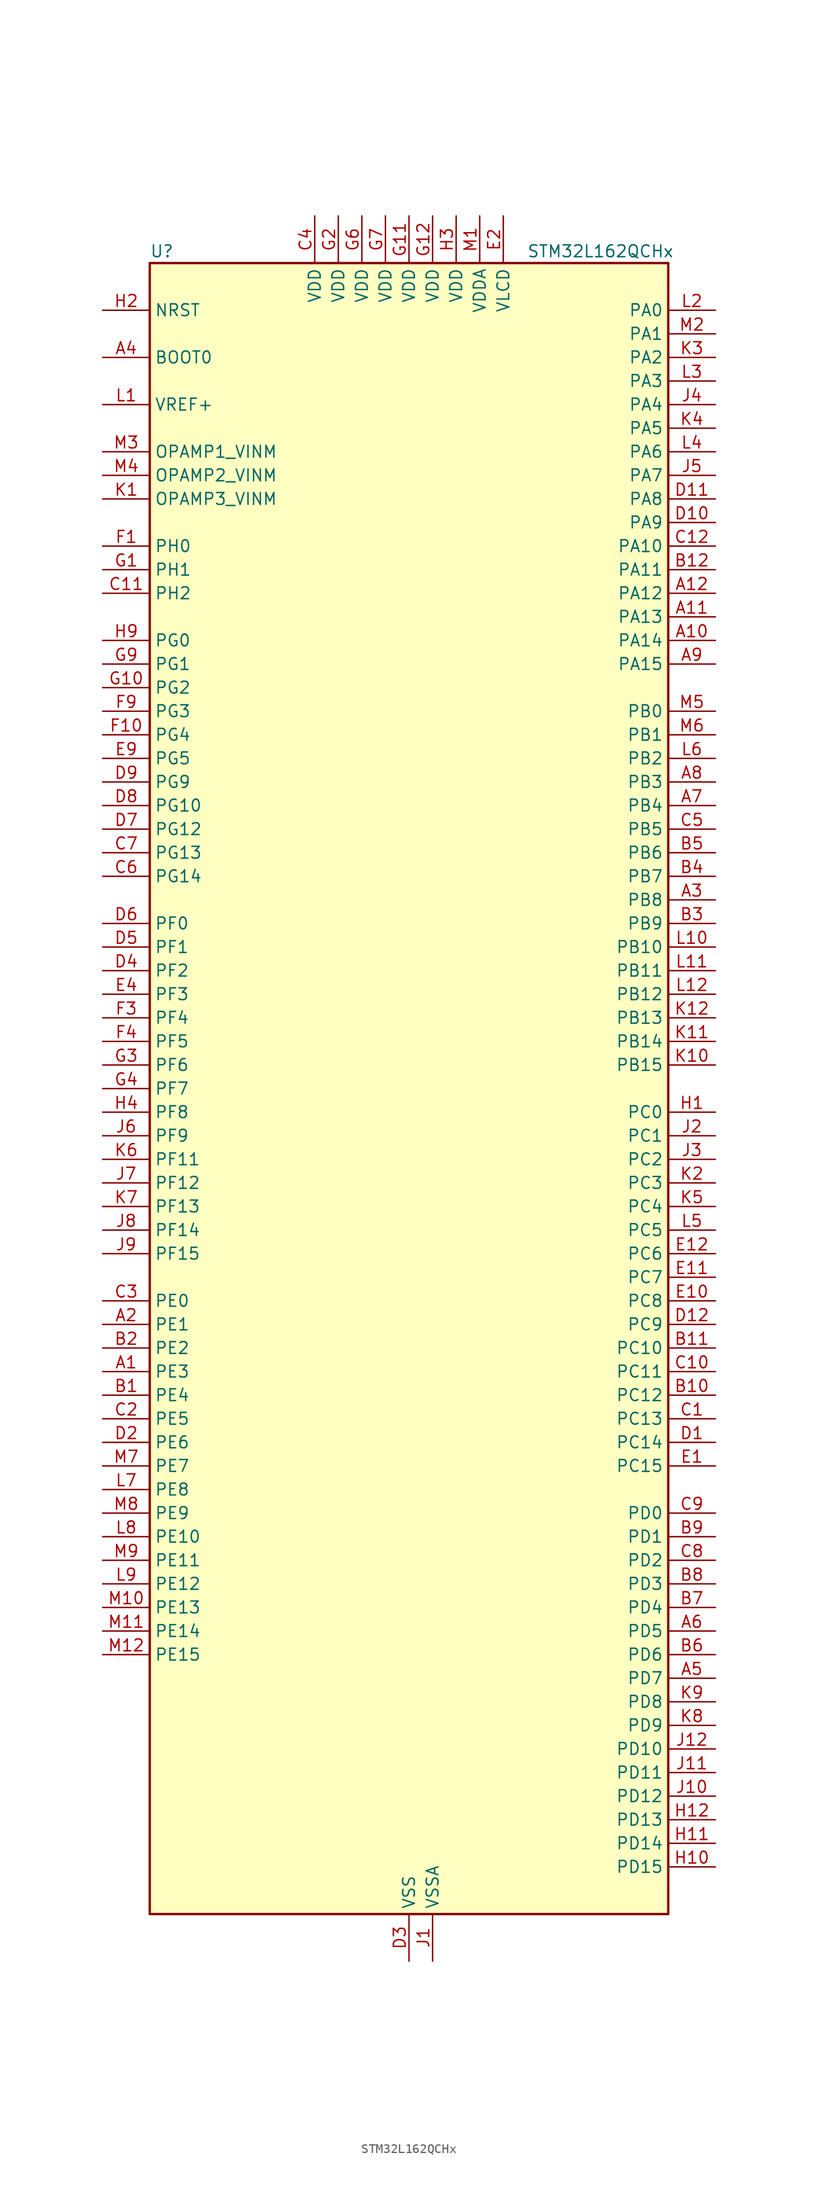
<source format=kicad_sym>
(kicad_symbol_lib
  (version 20241209)
  (generator "kicad_symbol_editor")
  (generator_version "9.0")
  (symbol "STM32L162QCHx"
    (property "Reference" "U"
      (at -27.94 90.17 0)
      (effects (font (size 1.27 1.27)) (justify left)))
    (property "Value" "STM32L162QCHx"
      (at 12.7 90.17 0)
      (effects (font (size 1.27 1.27)) (justify left)))
    (symbol "STM32L162QCHx_0_1"
      (rectangle (start -27.94 -88.9) (end 27.94 88.9) (stroke (width 0.254) (type default)) (fill (type background))))
    (symbol "STM32L162QCHx_1_1"
      (pin input line (at -33.02 83.82 0) (length 5.08) (name "NRST" (effects (font (size 1.27 1.27)))) (number "H2" (effects (font (size 1.27 1.27)))))
      (pin input line (at -33.02 78.74 0) (length 5.08) (name "BOOT0" (effects (font (size 1.27 1.27)))) (number "A4" (effects (font (size 1.27 1.27)))))
      (pin input line (at -33.02 73.66 0) (length 5.08) (name "VREF+" (effects (font (size 1.27 1.27)))) (number "L1" (effects (font (size 1.27 1.27)))))
      (pin input line (at -33.02 68.58 0) (length 5.08) (name "OPAMP1_VINM" (effects (font (size 1.27 1.27)))) (number "M3" (effects (font (size 1.27 1.27)))) (alternate "OPAMP1_VINM" bidirectional line))
      (pin input line (at -33.02 66.04 0) (length 5.08) (name "OPAMP2_VINM" (effects (font (size 1.27 1.27)))) (number "M4" (effects (font (size 1.27 1.27)))) (alternate "OPAMP2_VINM" bidirectional line))
      (pin input line (at -33.02 63.5 0) (length 5.08) (name "OPAMP3_VINM" (effects (font (size 1.27 1.27)))) (number "K1" (effects (font (size 1.27 1.27)))))
      (pin bidirectional line (at -33.02 58.42 0) (length 5.08) (name "PH0" (effects (font (size 1.27 1.27)))) (number "F1" (effects (font (size 1.27 1.27)))) (alternate "RCC_OSC_IN" bidirectional line))
      (pin bidirectional line (at -33.02 55.88 0) (length 5.08) (name "PH1" (effects (font (size 1.27 1.27)))) (number "G1" (effects (font (size 1.27 1.27)))) (alternate "RCC_OSC_OUT" bidirectional line))
      (pin bidirectional line (at -33.02 53.34 0) (length 5.08) (name "PH2" (effects (font (size 1.27 1.27)))) (number "C11" (effects (font (size 1.27 1.27)))))
      (pin bidirectional line (at -33.02 48.26 0) (length 5.08) (name "PG0" (effects (font (size 1.27 1.27)))) (number "H9" (effects (font (size 1.27 1.27)))) (alternate "ADC_IN8b" bidirectional line) (alternate "TS_G2_IO4" bidirectional line))
      (pin bidirectional line (at -33.02 45.72 0) (length 5.08) (name "PG1" (effects (font (size 1.27 1.27)))) (number "G9" (effects (font (size 1.27 1.27)))) (alternate "ADC_IN9b" bidirectional line) (alternate "TS_G2_IO5" bidirectional line))
      (pin bidirectional line (at -33.02 43.18 0) (length 5.08) (name "PG2" (effects (font (size 1.27 1.27)))) (number "G10" (effects (font (size 1.27 1.27)))) (alternate "ADC_IN10b" bidirectional line) (alternate "TS_G7_IO5" bidirectional line))
      (pin bidirectional line (at -33.02 40.64 0) (length 5.08) (name "PG3" (effects (font (size 1.27 1.27)))) (number "F9" (effects (font (size 1.27 1.27)))) (alternate "ADC_IN11b" bidirectional line) (alternate "TS_G7_IO6" bidirectional line))
      (pin bidirectional line (at -33.02 38.1 0) (length 5.08) (name "PG4" (effects (font (size 1.27 1.27)))) (number "F10" (effects (font (size 1.27 1.27)))) (alternate "ADC_IN12b" bidirectional line) (alternate "TS_G7_IO7" bidirectional line))
      (pin bidirectional line (at -33.02 35.56 0) (length 5.08) (name "PG5" (effects (font (size 1.27 1.27)))) (number "E9" (effects (font (size 1.27 1.27)))))
      (pin bidirectional line (at -33.02 33.02 0) (length 5.08) (name "PG9" (effects (font (size 1.27 1.27)))) (number "D9" (effects (font (size 1.27 1.27)))) (alternate "DAC_EXTI9" bidirectional line))
      (pin bidirectional line (at -33.02 30.48 0) (length 5.08) (name "PG10" (effects (font (size 1.27 1.27)))) (number "D8" (effects (font (size 1.27 1.27)))))
      (pin bidirectional line (at -33.02 27.94 0) (length 5.08) (name "PG12" (effects (font (size 1.27 1.27)))) (number "D7" (effects (font (size 1.27 1.27)))))
      (pin bidirectional line (at -33.02 25.4 0) (length 5.08) (name "PG13" (effects (font (size 1.27 1.27)))) (number "C7" (effects (font (size 1.27 1.27)))))
      (pin bidirectional line (at -33.02 22.86 0) (length 5.08) (name "PG14" (effects (font (size 1.27 1.27)))) (number "C6" (effects (font (size 1.27 1.27)))))
      (pin bidirectional line (at -33.02 17.78 0) (length 5.08) (name "PF0" (effects (font (size 1.27 1.27)))) (number "D6" (effects (font (size 1.27 1.27)))))
      (pin bidirectional line (at -33.02 15.24 0) (length 5.08) (name "PF1" (effects (font (size 1.27 1.27)))) (number "D5" (effects (font (size 1.27 1.27)))))
      (pin bidirectional line (at -33.02 12.7 0) (length 5.08) (name "PF2" (effects (font (size 1.27 1.27)))) (number "D4" (effects (font (size 1.27 1.27)))))
      (pin bidirectional line (at -33.02 10.16 0) (length 5.08) (name "PF3" (effects (font (size 1.27 1.27)))) (number "E4" (effects (font (size 1.27 1.27)))))
      (pin bidirectional line (at -33.02 7.62 0) (length 5.08) (name "PF4" (effects (font (size 1.27 1.27)))) (number "F3" (effects (font (size 1.27 1.27)))))
      (pin bidirectional line (at -33.02 5.08 0) (length 5.08) (name "PF5" (effects (font (size 1.27 1.27)))) (number "F4" (effects (font (size 1.27 1.27)))))
      (pin bidirectional line (at -33.02 2.54 0) (length 5.08) (name "PF6" (effects (font (size 1.27 1.27)))) (number "G3" (effects (font (size 1.27 1.27)))) (alternate "ADC_IN27" bidirectional line) (alternate "TIM5_CH1" bidirectional line) (alternate "TIM5_ETR" bidirectional line) (alternate "TS_G11_IO1" bidirectional line))
      (pin bidirectional line (at -33.02 0 0) (length 5.08) (name "PF7" (effects (font (size 1.27 1.27)))) (number "G4" (effects (font (size 1.27 1.27)))) (alternate "ADC_IN28" bidirectional line) (alternate "COMP1_INP" bidirectional line) (alternate "TIM5_CH2" bidirectional line) (alternate "TS_G11_IO2" bidirectional line))
      (pin bidirectional line (at -33.02 -2.54 0) (length 5.08) (name "PF8" (effects (font (size 1.27 1.27)))) (number "H4" (effects (font (size 1.27 1.27)))) (alternate "ADC_IN29" bidirectional line) (alternate "COMP1_INP" bidirectional line) (alternate "TIM5_CH3" bidirectional line) (alternate "TS_G11_IO3" bidirectional line))
      (pin bidirectional line (at -33.02 -5.08 0) (length 5.08) (name "PF9" (effects (font (size 1.27 1.27)))) (number "J6" (effects (font (size 1.27 1.27)))) (alternate "ADC_IN30" bidirectional line) (alternate "COMP1_INP" bidirectional line) (alternate "DAC_EXTI9" bidirectional line) (alternate "TIM5_CH4" bidirectional line) (alternate "TS_G11_IO4" bidirectional line))
      (pin bidirectional line (at -33.02 -7.62 0) (length 5.08) (name "PF11" (effects (font (size 1.27 1.27)))) (number "K6" (effects (font (size 1.27 1.27)))) (alternate "ADC_EXTI11" bidirectional line) (alternate "ADC_IN1b" bidirectional line) (alternate "TS_G3_IO4" bidirectional line))
      (pin bidirectional line (at -33.02 -10.16 0) (length 5.08) (name "PF12" (effects (font (size 1.27 1.27)))) (number "J7" (effects (font (size 1.27 1.27)))) (alternate "ADC_IN2b" bidirectional line) (alternate "TS_G3_IO5" bidirectional line))
      (pin bidirectional line (at -33.02 -12.7 0) (length 5.08) (name "PF13" (effects (font (size 1.27 1.27)))) (number "K7" (effects (font (size 1.27 1.27)))) (alternate "ADC_IN3b" bidirectional line) (alternate "TS_G9_IO3" bidirectional line))
      (pin bidirectional line (at -33.02 -15.24 0) (length 5.08) (name "PF14" (effects (font (size 1.27 1.27)))) (number "J8" (effects (font (size 1.27 1.27)))) (alternate "ADC_IN6b" bidirectional line) (alternate "TS_G9_IO4" bidirectional line))
      (pin bidirectional line (at -33.02 -17.78 0) (length 5.08) (name "PF15" (effects (font (size 1.27 1.27)))) (number "J9" (effects (font (size 1.27 1.27)))) (alternate "ADC_EXTI15" bidirectional line) (alternate "ADC_IN7b" bidirectional line) (alternate "TS_G2_IO3" bidirectional line))
      (pin bidirectional line (at -33.02 -22.86 0) (length 5.08) (name "PE0" (effects (font (size 1.27 1.27)))) (number "C3" (effects (font (size 1.27 1.27)))) (alternate "LCD_SEG36" bidirectional line) (alternate "TIM10_CH1" bidirectional line) (alternate "TIM4_ETR" bidirectional line) (alternate "TIMX_IC1" bidirectional line))
      (pin bidirectional line (at -33.02 -25.4 0) (length 5.08) (name "PE1" (effects (font (size 1.27 1.27)))) (number "A2" (effects (font (size 1.27 1.27)))) (alternate "LCD_SEG37" bidirectional line) (alternate "TIM11_CH1" bidirectional line) (alternate "TIMX_IC2" bidirectional line))
      (pin bidirectional line (at -33.02 -27.94 0) (length 5.08) (name "PE2" (effects (font (size 1.27 1.27)))) (number "B2" (effects (font (size 1.27 1.27)))) (alternate "LCD_SEG38" bidirectional line) (alternate "SYS_TRACECK" bidirectional line) (alternate "TIM3_ETR" bidirectional line) (alternate "TIMX_IC3" bidirectional line))
      (pin bidirectional line (at -33.02 -30.48 0) (length 5.08) (name "PE3" (effects (font (size 1.27 1.27)))) (number "A1" (effects (font (size 1.27 1.27)))) (alternate "LCD_SEG39" bidirectional line) (alternate "SYS_TRACED0" bidirectional line) (alternate "TIM3_CH1" bidirectional line) (alternate "TIMX_IC4" bidirectional line))
      (pin bidirectional line (at -33.02 -33.02 0) (length 5.08) (name "PE4" (effects (font (size 1.27 1.27)))) (number "B1" (effects (font (size 1.27 1.27)))) (alternate "SYS_TRACED1" bidirectional line) (alternate "TIM3_CH2" bidirectional line) (alternate "TIMX_IC1" bidirectional line))
      (pin bidirectional line (at -33.02 -35.56 0) (length 5.08) (name "PE5" (effects (font (size 1.27 1.27)))) (number "C2" (effects (font (size 1.27 1.27)))) (alternate "SYS_TRACED2" bidirectional line) (alternate "TIM9_CH1" bidirectional line) (alternate "TIMX_IC2" bidirectional line))
      (pin bidirectional line (at -33.02 -38.1 0) (length 5.08) (name "PE6" (effects (font (size 1.27 1.27)))) (number "D2" (effects (font (size 1.27 1.27)))) (alternate "RTC_TAMP3" bidirectional line) (alternate "SYS_TRACED3" bidirectional line) (alternate "SYS_WKUP3" bidirectional line) (alternate "TIM9_CH2" bidirectional line) (alternate "TIMX_IC3" bidirectional line))
      (pin bidirectional line (at -33.02 -40.64 0) (length 5.08) (name "PE7" (effects (font (size 1.27 1.27)))) (number "M7" (effects (font (size 1.27 1.27)))) (alternate "ADC_IN22" bidirectional line) (alternate "COMP1_INP" bidirectional line) (alternate "TIMX_IC4" bidirectional line))
      (pin bidirectional line (at -33.02 -43.18 0) (length 5.08) (name "PE8" (effects (font (size 1.27 1.27)))) (number "L7" (effects (font (size 1.27 1.27)))) (alternate "ADC_IN23" bidirectional line) (alternate "COMP1_INP" bidirectional line) (alternate "TIMX_IC1" bidirectional line))
      (pin bidirectional line (at -33.02 -45.72 0) (length 5.08) (name "PE9" (effects (font (size 1.27 1.27)))) (number "M8" (effects (font (size 1.27 1.27)))) (alternate "ADC_IN24" bidirectional line) (alternate "COMP1_INP" bidirectional line) (alternate "DAC_EXTI9" bidirectional line) (alternate "TIM2_CH1" bidirectional line) (alternate "TIM2_ETR" bidirectional line) (alternate "TIMX_IC2" bidirectional line))
      (pin bidirectional line (at -33.02 -48.26 0) (length 5.08) (name "PE10" (effects (font (size 1.27 1.27)))) (number "L8" (effects (font (size 1.27 1.27)))) (alternate "ADC_IN25" bidirectional line) (alternate "COMP1_INP" bidirectional line) (alternate "TIM2_CH2" bidirectional line) (alternate "TIMX_IC3" bidirectional line))
      (pin bidirectional line (at -33.02 -50.8 0) (length 5.08) (name "PE11" (effects (font (size 1.27 1.27)))) (number "M9" (effects (font (size 1.27 1.27)))) (alternate "ADC_EXTI11" bidirectional line) (alternate "TIM2_CH3" bidirectional line) (alternate "TIMX_IC4" bidirectional line))
      (pin bidirectional line (at -33.02 -53.34 0) (length 5.08) (name "PE12" (effects (font (size 1.27 1.27)))) (number "L9" (effects (font (size 1.27 1.27)))) (alternate "SPI1_NSS" bidirectional line) (alternate "TIM2_CH4" bidirectional line) (alternate "TIMX_IC1" bidirectional line))
      (pin bidirectional line (at -33.02 -55.88 0) (length 5.08) (name "PE13" (effects (font (size 1.27 1.27)))) (number "M10" (effects (font (size 1.27 1.27)))) (alternate "SPI1_SCK" bidirectional line) (alternate "TIMX_IC2" bidirectional line))
      (pin bidirectional line (at -33.02 -58.42 0) (length 5.08) (name "PE14" (effects (font (size 1.27 1.27)))) (number "M11" (effects (font (size 1.27 1.27)))) (alternate "SPI1_MISO" bidirectional line) (alternate "TIMX_IC3" bidirectional line))
      (pin bidirectional line (at -33.02 -60.96 0) (length 5.08) (name "PE15" (effects (font (size 1.27 1.27)))) (number "M12" (effects (font (size 1.27 1.27)))) (alternate "ADC_EXTI15" bidirectional line) (alternate "SPI1_MOSI" bidirectional line) (alternate "TIMX_IC4" bidirectional line))
      (pin power_in line (at -10.16 93.98 270) (length 5.08) (name "VDD" (effects (font (size 1.27 1.27)))) (number "C4" (effects (font (size 1.27 1.27)))))
      (pin power_in line (at -7.62 93.98 270) (length 5.08) (name "VDD" (effects (font (size 1.27 1.27)))) (number "G2" (effects (font (size 1.27 1.27)))))
      (pin power_in line (at -5.08 93.98 270) (length 5.08) (name "VDD" (effects (font (size 1.27 1.27)))) (number "G6" (effects (font (size 1.27 1.27)))))
      (pin power_in line (at -2.54 93.98 270) (length 5.08) (name "VDD" (effects (font (size 1.27 1.27)))) (number "G7" (effects (font (size 1.27 1.27)))))
      (pin power_in line (at 0 93.98 270) (length 5.08) (name "VDD" (effects (font (size 1.27 1.27)))) (number "G11" (effects (font (size 1.27 1.27)))))
      (pin power_in line (at 0 -93.98 90) (length 5.08) (name "VSS" (effects (font (size 1.27 1.27)))) (number "D3" (effects (font (size 1.27 1.27)))))
      (pin passive line (at 0 -93.98 90) (length 5.08) (hide yes) (name "VSS" (effects (font (size 1.27 1.27)))) (number "E3" (effects (font (size 1.27 1.27)))))
      (pin passive line (at 0 -93.98 90) (length 5.08) (hide yes) (name "VSS" (effects (font (size 1.27 1.27)))) (number "F11" (effects (font (size 1.27 1.27)))))
      (pin passive line (at 0 -93.98 90) (length 5.08) (hide yes) (name "VSS" (effects (font (size 1.27 1.27)))) (number "F12" (effects (font (size 1.27 1.27)))))
      (pin passive line (at 0 -93.98 90) (length 5.08) (hide yes) (name "VSS" (effects (font (size 1.27 1.27)))) (number "F2" (effects (font (size 1.27 1.27)))))
      (pin passive line (at 0 -93.98 90) (length 5.08) (hide yes) (name "VSS" (effects (font (size 1.27 1.27)))) (number "F6" (effects (font (size 1.27 1.27)))))
      (pin passive line (at 0 -93.98 90) (length 5.08) (hide yes) (name "VSS" (effects (font (size 1.27 1.27)))) (number "F7" (effects (font (size 1.27 1.27)))))
      (pin power_in line (at 2.54 93.98 270) (length 5.08) (name "VDD" (effects (font (size 1.27 1.27)))) (number "G12" (effects (font (size 1.27 1.27)))))
      (pin power_in line (at 2.54 -93.98 90) (length 5.08) (name "VSSA" (effects (font (size 1.27 1.27)))) (number "J1" (effects (font (size 1.27 1.27)))))
      (pin power_in line (at 5.08 93.98 270) (length 5.08) (name "VDD" (effects (font (size 1.27 1.27)))) (number "H3" (effects (font (size 1.27 1.27)))))
      (pin power_in line (at 7.62 93.98 270) (length 5.08) (name "VDDA" (effects (font (size 1.27 1.27)))) (number "M1" (effects (font (size 1.27 1.27)))))
      (pin power_in line (at 10.16 93.98 270) (length 5.08) (name "VLCD" (effects (font (size 1.27 1.27)))) (number "E2" (effects (font (size 1.27 1.27)))))
      (pin bidirectional line (at 33.02 83.82 180) (length 5.08) (name "PA0" (effects (font (size 1.27 1.27)))) (number "L2" (effects (font (size 1.27 1.27)))) (alternate "ADC_IN0" bidirectional line) (alternate "COMP1_INP" bidirectional line) (alternate "RTC_TAMP2" bidirectional line) (alternate "SYS_WKUP1" bidirectional line) (alternate "TIM2_CH1" bidirectional line) (alternate "TIM2_ETR" bidirectional line) (alternate "TIM5_CH1" bidirectional line) (alternate "TIMX_IC1" bidirectional line) (alternate "TS_G1_IO1" bidirectional line) (alternate "USART2_CTS" bidirectional line))
      (pin bidirectional line (at 33.02 81.28 180) (length 5.08) (name "PA1" (effects (font (size 1.27 1.27)))) (number "M2" (effects (font (size 1.27 1.27)))) (alternate "ADC_IN1" bidirectional line) (alternate "COMP1_INP" bidirectional line) (alternate "LCD_SEG0" bidirectional line) (alternate "OPAMP1_VINP" bidirectional line) (alternate "TIM2_CH2" bidirectional line) (alternate "TIM5_CH2" bidirectional line) (alternate "TIMX_IC2" bidirectional line) (alternate "TS_G1_IO2" bidirectional line) (alternate "USART2_RTS" bidirectional line))
      (pin bidirectional line (at 33.02 78.74 180) (length 5.08) (name "PA2" (effects (font (size 1.27 1.27)))) (number "K3" (effects (font (size 1.27 1.27)))) (alternate "ADC_IN2" bidirectional line) (alternate "COMP1_INP" bidirectional line) (alternate "LCD_SEG1" bidirectional line) (alternate "TIM2_CH3" bidirectional line) (alternate "TIM5_CH3" bidirectional line) (alternate "TIM9_CH1" bidirectional line) (alternate "TIMX_IC3" bidirectional line) (alternate "TS_G1_IO3" bidirectional line) (alternate "USART2_TX" bidirectional line))
      (pin bidirectional line (at 33.02 76.2 180) (length 5.08) (name "PA3" (effects (font (size 1.27 1.27)))) (number "L3" (effects (font (size 1.27 1.27)))) (alternate "ADC_IN3" bidirectional line) (alternate "COMP1_INP" bidirectional line) (alternate "LCD_SEG2" bidirectional line) (alternate "OPAMP1_VOUT" bidirectional line) (alternate "TIM2_CH4" bidirectional line) (alternate "TIM5_CH4" bidirectional line) (alternate "TIM9_CH2" bidirectional line) (alternate "TIMX_IC4" bidirectional line) (alternate "TS_G1_IO4" bidirectional line) (alternate "USART2_RX" bidirectional line))
      (pin bidirectional line (at 33.02 73.66 180) (length 5.08) (name "PA4" (effects (font (size 1.27 1.27)))) (number "J4" (effects (font (size 1.27 1.27)))) (alternate "ADC_IN4" bidirectional line) (alternate "COMP1_INP" bidirectional line) (alternate "DAC_OUT1" bidirectional line) (alternate "I2S3_WS" bidirectional line) (alternate "SPI1_NSS" bidirectional line) (alternate "SPI3_NSS" bidirectional line) (alternate "TIMX_IC1" bidirectional line) (alternate "USART2_CK" bidirectional line))
      (pin bidirectional line (at 33.02 71.12 180) (length 5.08) (name "PA5" (effects (font (size 1.27 1.27)))) (number "K4" (effects (font (size 1.27 1.27)))) (alternate "ADC_IN5" bidirectional line) (alternate "COMP1_INP" bidirectional line) (alternate "DAC_OUT2" bidirectional line) (alternate "SPI1_SCK" bidirectional line) (alternate "TIM2_CH1" bidirectional line) (alternate "TIM2_ETR" bidirectional line) (alternate "TIMX_IC2" bidirectional line))
      (pin bidirectional line (at 33.02 68.58 180) (length 5.08) (name "PA6" (effects (font (size 1.27 1.27)))) (number "L4" (effects (font (size 1.27 1.27)))) (alternate "ADC_IN6" bidirectional line) (alternate "COMP1_INP" bidirectional line) (alternate "LCD_SEG3" bidirectional line) (alternate "OPAMP2_VINP" bidirectional line) (alternate "SPI1_MISO" bidirectional line) (alternate "TIM10_CH1" bidirectional line) (alternate "TIM3_CH1" bidirectional line) (alternate "TIMX_IC3" bidirectional line) (alternate "TS_G2_IO1" bidirectional line))
      (pin bidirectional line (at 33.02 66.04 180) (length 5.08) (name "PA7" (effects (font (size 1.27 1.27)))) (number "J5" (effects (font (size 1.27 1.27)))) (alternate "ADC_IN7" bidirectional line) (alternate "COMP1_INP" bidirectional line) (alternate "LCD_SEG4" bidirectional line) (alternate "SPI1_MOSI" bidirectional line) (alternate "TIM11_CH1" bidirectional line) (alternate "TIM3_CH2" bidirectional line) (alternate "TIMX_IC4" bidirectional line) (alternate "TS_G2_IO2" bidirectional line))
      (pin bidirectional line (at 33.02 63.5 180) (length 5.08) (name "PA8" (effects (font (size 1.27 1.27)))) (number "D11" (effects (font (size 1.27 1.27)))) (alternate "LCD_COM0" bidirectional line) (alternate "RCC_MCO" bidirectional line) (alternate "TIMX_IC1" bidirectional line) (alternate "TS_G4_IO1" bidirectional line) (alternate "USART1_CK" bidirectional line))
      (pin bidirectional line (at 33.02 60.96 180) (length 5.08) (name "PA9" (effects (font (size 1.27 1.27)))) (number "D10" (effects (font (size 1.27 1.27)))) (alternate "DAC_EXTI9" bidirectional line) (alternate "LCD_COM1" bidirectional line) (alternate "TIMX_IC2" bidirectional line) (alternate "TS_G4_IO2" bidirectional line) (alternate "USART1_TX" bidirectional line))
      (pin bidirectional line (at 33.02 58.42 180) (length 5.08) (name "PA10" (effects (font (size 1.27 1.27)))) (number "C12" (effects (font (size 1.27 1.27)))) (alternate "LCD_COM2" bidirectional line) (alternate "TIMX_IC3" bidirectional line) (alternate "TS_G4_IO3" bidirectional line) (alternate "USART1_RX" bidirectional line))
      (pin bidirectional line (at 33.02 55.88 180) (length 5.08) (name "PA11" (effects (font (size 1.27 1.27)))) (number "B12" (effects (font (size 1.27 1.27)))) (alternate "ADC_EXTI11" bidirectional line) (alternate "SPI1_MISO" bidirectional line) (alternate "TIMX_IC4" bidirectional line) (alternate "USART1_CTS" bidirectional line) (alternate "USB_DM" bidirectional line))
      (pin bidirectional line (at 33.02 53.34 180) (length 5.08) (name "PA12" (effects (font (size 1.27 1.27)))) (number "A12" (effects (font (size 1.27 1.27)))) (alternate "SPI1_MOSI" bidirectional line) (alternate "TIMX_IC1" bidirectional line) (alternate "USART1_RTS" bidirectional line) (alternate "USB_DP" bidirectional line))
      (pin bidirectional line (at 33.02 50.8 180) (length 5.08) (name "PA13" (effects (font (size 1.27 1.27)))) (number "A11" (effects (font (size 1.27 1.27)))) (alternate "SYS_JTMS-SWDIO" bidirectional line) (alternate "TIMX_IC2" bidirectional line) (alternate "TS_G5_IO1" bidirectional line))
      (pin bidirectional line (at 33.02 48.26 180) (length 5.08) (name "PA14" (effects (font (size 1.27 1.27)))) (number "A10" (effects (font (size 1.27 1.27)))) (alternate "SYS_JTCK-SWCLK" bidirectional line) (alternate "TIMX_IC3" bidirectional line) (alternate "TS_G5_IO2" bidirectional line))
      (pin bidirectional line (at 33.02 45.72 180) (length 5.08) (name "PA15" (effects (font (size 1.27 1.27)))) (number "A9" (effects (font (size 1.27 1.27)))) (alternate "ADC_EXTI15" bidirectional line) (alternate "I2S3_WS" bidirectional line) (alternate "LCD_SEG17" bidirectional line) (alternate "SPI1_NSS" bidirectional line) (alternate "SPI3_NSS" bidirectional line) (alternate "SYS_JTDI" bidirectional line) (alternate "TIM2_CH1" bidirectional line) (alternate "TIM2_ETR" bidirectional line) (alternate "TIMX_IC4" bidirectional line) (alternate "TS_G5_IO3" bidirectional line))
      (pin bidirectional line (at 33.02 40.64 180) (length 5.08) (name "PB0" (effects (font (size 1.27 1.27)))) (number "M5" (effects (font (size 1.27 1.27)))) (alternate "ADC_IN8" bidirectional line) (alternate "COMP1_INP" bidirectional line) (alternate "LCD_SEG5" bidirectional line) (alternate "OPAMP2_VOUT" bidirectional line) (alternate "SYS_V_REF_OUT" bidirectional line) (alternate "TIM3_CH3" bidirectional line) (alternate "TS_G3_IO1" bidirectional line))
      (pin bidirectional line (at 33.02 38.1 180) (length 5.08) (name "PB1" (effects (font (size 1.27 1.27)))) (number "M6" (effects (font (size 1.27 1.27)))) (alternate "ADC_IN9" bidirectional line) (alternate "COMP1_INP" bidirectional line) (alternate "LCD_SEG6" bidirectional line) (alternate "SYS_V_REF_OUT" bidirectional line) (alternate "TIM3_CH4" bidirectional line) (alternate "TS_G3_IO2" bidirectional line))
      (pin bidirectional line (at 33.02 35.56 180) (length 5.08) (name "PB2" (effects (font (size 1.27 1.27)))) (number "L6" (effects (font (size 1.27 1.27)))) (alternate "ADC_IN0b" bidirectional line) (alternate "TS_G3_IO3" bidirectional line))
      (pin bidirectional line (at 33.02 33.02 180) (length 5.08) (name "PB3" (effects (font (size 1.27 1.27)))) (number "A8" (effects (font (size 1.27 1.27)))) (alternate "COMP2_INM" bidirectional line) (alternate "I2S3_CK" bidirectional line) (alternate "LCD_SEG7" bidirectional line) (alternate "SPI1_SCK" bidirectional line) (alternate "SPI3_SCK" bidirectional line) (alternate "SYS_JTDO-TRACESWO" bidirectional line) (alternate "TIM2_CH2" bidirectional line))
      (pin bidirectional line (at 33.02 30.48 180) (length 5.08) (name "PB4" (effects (font (size 1.27 1.27)))) (number "A7" (effects (font (size 1.27 1.27)))) (alternate "COMP2_INP" bidirectional line) (alternate "LCD_SEG8" bidirectional line) (alternate "SPI1_MISO" bidirectional line) (alternate "SPI3_MISO" bidirectional line) (alternate "SYS_JTRST" bidirectional line) (alternate "TIM3_CH1" bidirectional line) (alternate "TS_G6_IO1" bidirectional line))
      (pin bidirectional line (at 33.02 27.94 180) (length 5.08) (name "PB5" (effects (font (size 1.27 1.27)))) (number "C5" (effects (font (size 1.27 1.27)))) (alternate "COMP2_INP" bidirectional line) (alternate "I2C1_SMBA" bidirectional line) (alternate "I2S3_SD" bidirectional line) (alternate "LCD_SEG9" bidirectional line) (alternate "SPI1_MOSI" bidirectional line) (alternate "SPI3_MOSI" bidirectional line) (alternate "TIM3_CH2" bidirectional line) (alternate "TS_G6_IO2" bidirectional line))
      (pin bidirectional line (at 33.02 25.4 180) (length 5.08) (name "PB6" (effects (font (size 1.27 1.27)))) (number "B5" (effects (font (size 1.27 1.27)))) (alternate "COMP2_INP" bidirectional line) (alternate "I2C1_SCL" bidirectional line) (alternate "TIM4_CH1" bidirectional line) (alternate "TS_G6_IO3" bidirectional line) (alternate "USART1_TX" bidirectional line))
      (pin bidirectional line (at 33.02 22.86 180) (length 5.08) (name "PB7" (effects (font (size 1.27 1.27)))) (number "B4" (effects (font (size 1.27 1.27)))) (alternate "COMP2_INP" bidirectional line) (alternate "I2C1_SDA" bidirectional line) (alternate "SYS_PVD_IN" bidirectional line) (alternate "TIM4_CH2" bidirectional line) (alternate "TS_G6_IO4" bidirectional line) (alternate "USART1_RX" bidirectional line))
      (pin bidirectional line (at 33.02 20.32 180) (length 5.08) (name "PB8" (effects (font (size 1.27 1.27)))) (number "A3" (effects (font (size 1.27 1.27)))) (alternate "I2C1_SCL" bidirectional line) (alternate "LCD_SEG16" bidirectional line) (alternate "TIM10_CH1" bidirectional line) (alternate "TIM4_CH3" bidirectional line))
      (pin bidirectional line (at 33.02 17.78 180) (length 5.08) (name "PB9" (effects (font (size 1.27 1.27)))) (number "B3" (effects (font (size 1.27 1.27)))) (alternate "DAC_EXTI9" bidirectional line) (alternate "I2C1_SDA" bidirectional line) (alternate "LCD_COM3" bidirectional line) (alternate "TIM11_CH1" bidirectional line) (alternate "TIM4_CH4" bidirectional line))
      (pin bidirectional line (at 33.02 15.24 180) (length 5.08) (name "PB10" (effects (font (size 1.27 1.27)))) (number "L10" (effects (font (size 1.27 1.27)))) (alternate "I2C2_SCL" bidirectional line) (alternate "LCD_SEG10" bidirectional line) (alternate "TIM2_CH3" bidirectional line) (alternate "USART3_TX" bidirectional line))
      (pin bidirectional line (at 33.02 12.7 180) (length 5.08) (name "PB11" (effects (font (size 1.27 1.27)))) (number "L11" (effects (font (size 1.27 1.27)))) (alternate "ADC_EXTI11" bidirectional line) (alternate "I2C2_SDA" bidirectional line) (alternate "LCD_SEG11" bidirectional line) (alternate "TIM2_CH4" bidirectional line) (alternate "USART3_RX" bidirectional line))
      (pin bidirectional line (at 33.02 10.16 180) (length 5.08) (name "PB12" (effects (font (size 1.27 1.27)))) (number "L12" (effects (font (size 1.27 1.27)))) (alternate "ADC_IN18" bidirectional line) (alternate "COMP1_INP" bidirectional line) (alternate "I2C2_SMBA" bidirectional line) (alternate "I2S2_WS" bidirectional line) (alternate "LCD_SEG12" bidirectional line) (alternate "SPI2_NSS" bidirectional line) (alternate "TIM10_CH1" bidirectional line) (alternate "TS_G7_IO1" bidirectional line) (alternate "USART3_CK" bidirectional line))
      (pin bidirectional line (at 33.02 7.62 180) (length 5.08) (name "PB13" (effects (font (size 1.27 1.27)))) (number "K12" (effects (font (size 1.27 1.27)))) (alternate "ADC_IN19" bidirectional line) (alternate "COMP1_INP" bidirectional line) (alternate "I2S2_CK" bidirectional line) (alternate "LCD_SEG13" bidirectional line) (alternate "SPI2_SCK" bidirectional line) (alternate "TIM9_CH1" bidirectional line) (alternate "TS_G7_IO2" bidirectional line) (alternate "USART3_CTS" bidirectional line))
      (pin bidirectional line (at 33.02 5.08 180) (length 5.08) (name "PB14" (effects (font (size 1.27 1.27)))) (number "K11" (effects (font (size 1.27 1.27)))) (alternate "ADC_IN20" bidirectional line) (alternate "COMP1_INP" bidirectional line) (alternate "LCD_SEG14" bidirectional line) (alternate "SPI2_MISO" bidirectional line) (alternate "TIM9_CH2" bidirectional line) (alternate "TS_G7_IO3" bidirectional line) (alternate "USART3_RTS" bidirectional line))
      (pin bidirectional line (at 33.02 2.54 180) (length 5.08) (name "PB15" (effects (font (size 1.27 1.27)))) (number "K10" (effects (font (size 1.27 1.27)))) (alternate "ADC_EXTI15" bidirectional line) (alternate "ADC_IN21" bidirectional line) (alternate "COMP1_INP" bidirectional line) (alternate "I2S2_SD" bidirectional line) (alternate "LCD_SEG15" bidirectional line) (alternate "RTC_REFIN" bidirectional line) (alternate "SPI2_MOSI" bidirectional line) (alternate "TIM11_CH1" bidirectional line) (alternate "TS_G7_IO4" bidirectional line))
      (pin bidirectional line (at 33.02 -2.54 180) (length 5.08) (name "PC0" (effects (font (size 1.27 1.27)))) (number "H1" (effects (font (size 1.27 1.27)))) (alternate "ADC_IN10" bidirectional line) (alternate "COMP1_INP" bidirectional line) (alternate "LCD_SEG18" bidirectional line) (alternate "TIMX_IC1" bidirectional line) (alternate "TS_G8_IO1" bidirectional line))
      (pin bidirectional line (at 33.02 -5.08 180) (length 5.08) (name "PC1" (effects (font (size 1.27 1.27)))) (number "J2" (effects (font (size 1.27 1.27)))) (alternate "ADC_IN11" bidirectional line) (alternate "COMP1_INP" bidirectional line) (alternate "LCD_SEG19" bidirectional line) (alternate "TIMX_IC2" bidirectional line) (alternate "TS_G8_IO2" bidirectional line))
      (pin bidirectional line (at 33.02 -7.62 180) (length 5.08) (name "PC2" (effects (font (size 1.27 1.27)))) (number "J3" (effects (font (size 1.27 1.27)))) (alternate "ADC_IN12" bidirectional line) (alternate "COMP1_INP" bidirectional line) (alternate "LCD_SEG20" bidirectional line) (alternate "TIMX_IC3" bidirectional line) (alternate "TS_G8_IO3" bidirectional line))
      (pin bidirectional line (at 33.02 -10.16 180) (length 5.08) (name "PC3" (effects (font (size 1.27 1.27)))) (number "K2" (effects (font (size 1.27 1.27)))) (alternate "ADC_IN13" bidirectional line) (alternate "COMP1_INP" bidirectional line) (alternate "LCD_SEG21" bidirectional line) (alternate "TIMX_IC4" bidirectional line) (alternate "TS_G8_IO4" bidirectional line))
      (pin bidirectional line (at 33.02 -12.7 180) (length 5.08) (name "PC4" (effects (font (size 1.27 1.27)))) (number "K5" (effects (font (size 1.27 1.27)))) (alternate "ADC_IN14" bidirectional line) (alternate "COMP1_INP" bidirectional line) (alternate "LCD_SEG22" bidirectional line) (alternate "TIMX_IC1" bidirectional line) (alternate "TS_G9_IO1" bidirectional line))
      (pin bidirectional line (at 33.02 -15.24 180) (length 5.08) (name "PC5" (effects (font (size 1.27 1.27)))) (number "L5" (effects (font (size 1.27 1.27)))) (alternate "ADC_IN15" bidirectional line) (alternate "COMP1_INP" bidirectional line) (alternate "LCD_SEG23" bidirectional line) (alternate "TIMX_IC2" bidirectional line) (alternate "TS_G9_IO2" bidirectional line))
      (pin bidirectional line (at 33.02 -17.78 180) (length 5.08) (name "PC6" (effects (font (size 1.27 1.27)))) (number "E12" (effects (font (size 1.27 1.27)))) (alternate "I2S2_MCK" bidirectional line) (alternate "LCD_SEG24" bidirectional line) (alternate "TIM3_CH1" bidirectional line) (alternate "TIMX_IC3" bidirectional line) (alternate "TS_G10_IO1" bidirectional line))
      (pin bidirectional line (at 33.02 -20.32 180) (length 5.08) (name "PC7" (effects (font (size 1.27 1.27)))) (number "E11" (effects (font (size 1.27 1.27)))) (alternate "I2S3_MCK" bidirectional line) (alternate "LCD_SEG25" bidirectional line) (alternate "TIM3_CH2" bidirectional line) (alternate "TIMX_IC4" bidirectional line) (alternate "TS_G10_IO2" bidirectional line))
      (pin bidirectional line (at 33.02 -22.86 180) (length 5.08) (name "PC8" (effects (font (size 1.27 1.27)))) (number "E10" (effects (font (size 1.27 1.27)))) (alternate "LCD_SEG26" bidirectional line) (alternate "TIM3_CH3" bidirectional line) (alternate "TIMX_IC1" bidirectional line) (alternate "TS_G10_IO3" bidirectional line))
      (pin bidirectional line (at 33.02 -25.4 180) (length 5.08) (name "PC9" (effects (font (size 1.27 1.27)))) (number "D12" (effects (font (size 1.27 1.27)))) (alternate "DAC_EXTI9" bidirectional line) (alternate "LCD_SEG27" bidirectional line) (alternate "TIM3_CH4" bidirectional line) (alternate "TIMX_IC2" bidirectional line) (alternate "TS_G10_IO4" bidirectional line))
      (pin bidirectional line (at 33.02 -27.94 180) (length 5.08) (name "PC10" (effects (font (size 1.27 1.27)))) (number "B11" (effects (font (size 1.27 1.27)))) (alternate "I2S3_CK" bidirectional line) (alternate "LCD_COM4" bidirectional line) (alternate "LCD_SEG28" bidirectional line) (alternate "LCD_SEG40" bidirectional line) (alternate "SPI3_SCK" bidirectional line) (alternate "TIMX_IC3" bidirectional line) (alternate "USART3_TX" bidirectional line))
      (pin bidirectional line (at 33.02 -30.48 180) (length 5.08) (name "PC11" (effects (font (size 1.27 1.27)))) (number "C10" (effects (font (size 1.27 1.27)))) (alternate "ADC_EXTI11" bidirectional line) (alternate "LCD_COM5" bidirectional line) (alternate "LCD_SEG29" bidirectional line) (alternate "LCD_SEG41" bidirectional line) (alternate "SPI3_MISO" bidirectional line) (alternate "TIMX_IC4" bidirectional line) (alternate "USART3_RX" bidirectional line))
      (pin bidirectional line (at 33.02 -33.02 180) (length 5.08) (name "PC12" (effects (font (size 1.27 1.27)))) (number "B10" (effects (font (size 1.27 1.27)))) (alternate "I2S3_SD" bidirectional line) (alternate "LCD_COM6" bidirectional line) (alternate "LCD_SEG30" bidirectional line) (alternate "LCD_SEG42" bidirectional line) (alternate "SPI3_MOSI" bidirectional line) (alternate "TIMX_IC1" bidirectional line) (alternate "USART3_CK" bidirectional line))
      (pin bidirectional line (at 33.02 -35.56 180) (length 5.08) (name "PC13" (effects (font (size 1.27 1.27)))) (number "C1" (effects (font (size 1.27 1.27)))) (alternate "RTC_OUT_ALARM" bidirectional line) (alternate "RTC_OUT_CALIB" bidirectional line) (alternate "RTC_TAMP1" bidirectional line) (alternate "RTC_TS" bidirectional line) (alternate "SYS_WKUP2" bidirectional line) (alternate "TIMX_IC2" bidirectional line))
      (pin bidirectional line (at 33.02 -38.1 180) (length 5.08) (name "PC14" (effects (font (size 1.27 1.27)))) (number "D1" (effects (font (size 1.27 1.27)))) (alternate "RCC_OSC32_IN" bidirectional line) (alternate "TIMX_IC3" bidirectional line))
      (pin bidirectional line (at 33.02 -40.64 180) (length 5.08) (name "PC15" (effects (font (size 1.27 1.27)))) (number "E1" (effects (font (size 1.27 1.27)))) (alternate "ADC_EXTI15" bidirectional line) (alternate "RCC_OSC32_OUT" bidirectional line) (alternate "TIMX_IC4" bidirectional line))
      (pin bidirectional line (at 33.02 -45.72 180) (length 5.08) (name "PD0" (effects (font (size 1.27 1.27)))) (number "C9" (effects (font (size 1.27 1.27)))) (alternate "I2S2_WS" bidirectional line) (alternate "SPI2_NSS" bidirectional line) (alternate "TIM9_CH1" bidirectional line) (alternate "TIMX_IC1" bidirectional line))
      (pin bidirectional line (at 33.02 -48.26 180) (length 5.08) (name "PD1" (effects (font (size 1.27 1.27)))) (number "B9" (effects (font (size 1.27 1.27)))) (alternate "I2S2_CK" bidirectional line) (alternate "SPI2_SCK" bidirectional line) (alternate "TIMX_IC2" bidirectional line))
      (pin bidirectional line (at 33.02 -50.8 180) (length 5.08) (name "PD2" (effects (font (size 1.27 1.27)))) (number "C8" (effects (font (size 1.27 1.27)))) (alternate "LCD_COM7" bidirectional line) (alternate "LCD_SEG31" bidirectional line) (alternate "LCD_SEG43" bidirectional line) (alternate "TIM3_ETR" bidirectional line) (alternate "TIMX_IC3" bidirectional line))
      (pin bidirectional line (at 33.02 -53.34 180) (length 5.08) (name "PD3" (effects (font (size 1.27 1.27)))) (number "B8" (effects (font (size 1.27 1.27)))) (alternate "SPI2_MISO" bidirectional line) (alternate "TIMX_IC4" bidirectional line) (alternate "USART2_CTS" bidirectional line))
      (pin bidirectional line (at 33.02 -55.88 180) (length 5.08) (name "PD4" (effects (font (size 1.27 1.27)))) (number "B7" (effects (font (size 1.27 1.27)))) (alternate "I2S2_SD" bidirectional line) (alternate "SPI2_MOSI" bidirectional line) (alternate "TIMX_IC1" bidirectional line) (alternate "USART2_RTS" bidirectional line))
      (pin bidirectional line (at 33.02 -58.42 180) (length 5.08) (name "PD5" (effects (font (size 1.27 1.27)))) (number "A6" (effects (font (size 1.27 1.27)))) (alternate "TIMX_IC2" bidirectional line) (alternate "USART2_TX" bidirectional line))
      (pin bidirectional line (at 33.02 -60.96 180) (length 5.08) (name "PD6" (effects (font (size 1.27 1.27)))) (number "B6" (effects (font (size 1.27 1.27)))) (alternate "TIMX_IC3" bidirectional line) (alternate "USART2_RX" bidirectional line))
      (pin bidirectional line (at 33.02 -63.5 180) (length 5.08) (name "PD7" (effects (font (size 1.27 1.27)))) (number "A5" (effects (font (size 1.27 1.27)))) (alternate "TIM9_CH2" bidirectional line) (alternate "TIMX_IC4" bidirectional line) (alternate "USART2_CK" bidirectional line))
      (pin bidirectional line (at 33.02 -66.04 180) (length 5.08) (name "PD8" (effects (font (size 1.27 1.27)))) (number "K9" (effects (font (size 1.27 1.27)))) (alternate "LCD_SEG28" bidirectional line) (alternate "TIMX_IC1" bidirectional line) (alternate "USART3_TX" bidirectional line))
      (pin bidirectional line (at 33.02 -68.58 180) (length 5.08) (name "PD9" (effects (font (size 1.27 1.27)))) (number "K8" (effects (font (size 1.27 1.27)))) (alternate "DAC_EXTI9" bidirectional line) (alternate "LCD_SEG29" bidirectional line) (alternate "TIMX_IC2" bidirectional line) (alternate "USART3_RX" bidirectional line))
      (pin bidirectional line (at 33.02 -71.12 180) (length 5.08) (name "PD10" (effects (font (size 1.27 1.27)))) (number "J12" (effects (font (size 1.27 1.27)))) (alternate "LCD_SEG30" bidirectional line) (alternate "TIMX_IC3" bidirectional line) (alternate "USART3_CK" bidirectional line))
      (pin bidirectional line (at 33.02 -73.66 180) (length 5.08) (name "PD11" (effects (font (size 1.27 1.27)))) (number "J11" (effects (font (size 1.27 1.27)))) (alternate "ADC_EXTI11" bidirectional line) (alternate "LCD_SEG31" bidirectional line) (alternate "TIMX_IC4" bidirectional line) (alternate "USART3_CTS" bidirectional line))
      (pin bidirectional line (at 33.02 -76.2 180) (length 5.08) (name "PD12" (effects (font (size 1.27 1.27)))) (number "J10" (effects (font (size 1.27 1.27)))) (alternate "LCD_SEG32" bidirectional line) (alternate "TIM4_CH1" bidirectional line) (alternate "TIMX_IC1" bidirectional line) (alternate "USART3_RTS" bidirectional line))
      (pin bidirectional line (at 33.02 -78.74 180) (length 5.08) (name "PD13" (effects (font (size 1.27 1.27)))) (number "H12" (effects (font (size 1.27 1.27)))) (alternate "LCD_SEG33" bidirectional line) (alternate "TIM4_CH2" bidirectional line) (alternate "TIMX_IC2" bidirectional line))
      (pin bidirectional line (at 33.02 -81.28 180) (length 5.08) (name "PD14" (effects (font (size 1.27 1.27)))) (number "H11" (effects (font (size 1.27 1.27)))) (alternate "LCD_SEG34" bidirectional line) (alternate "TIM4_CH3" bidirectional line) (alternate "TIMX_IC3" bidirectional line))
      (pin bidirectional line (at 33.02 -83.82 180) (length 5.08) (name "PD15" (effects (font (size 1.27 1.27)))) (number "H10" (effects (font (size 1.27 1.27)))) (alternate "ADC_EXTI15" bidirectional line) (alternate "LCD_SEG35" bidirectional line) (alternate "TIM4_CH4" bidirectional line) (alternate "TIMX_IC4" bidirectional line)))))
</source>
